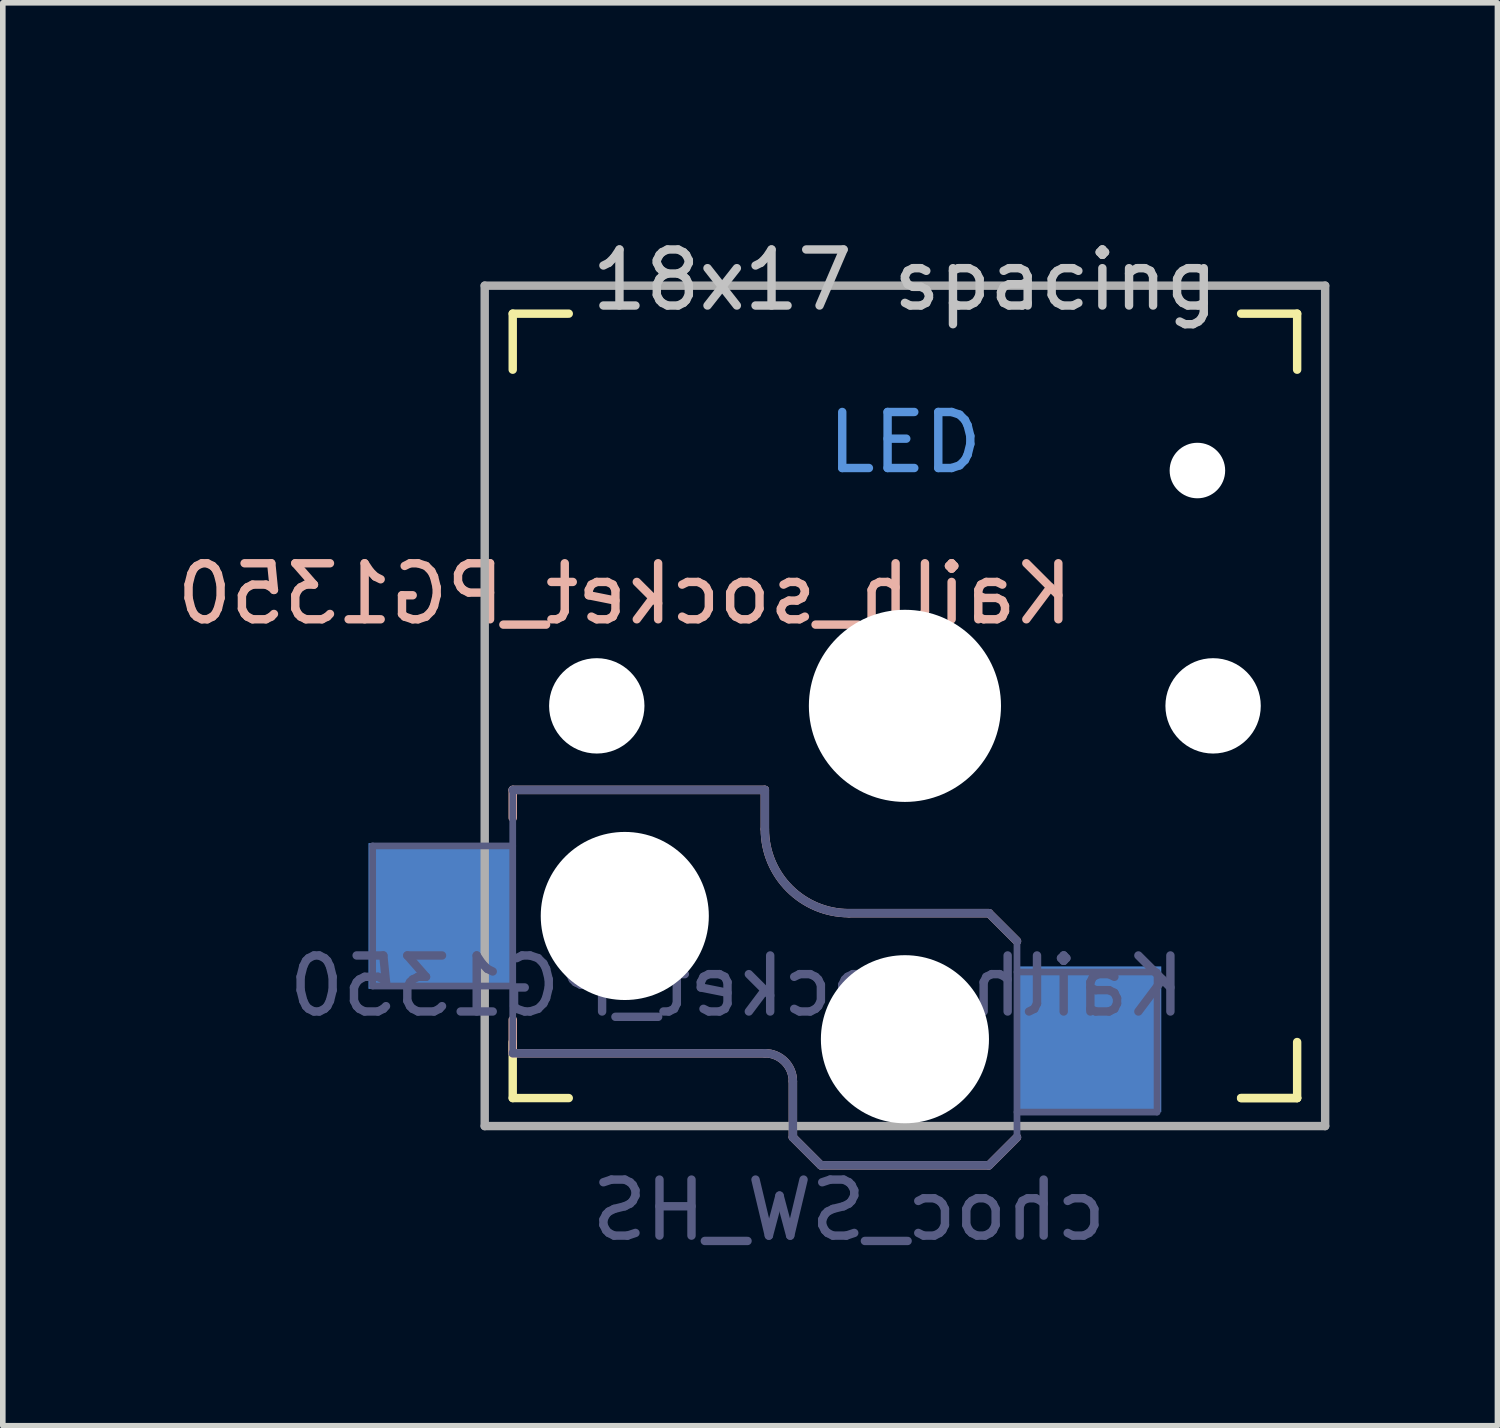
<source format=kicad_pcb>
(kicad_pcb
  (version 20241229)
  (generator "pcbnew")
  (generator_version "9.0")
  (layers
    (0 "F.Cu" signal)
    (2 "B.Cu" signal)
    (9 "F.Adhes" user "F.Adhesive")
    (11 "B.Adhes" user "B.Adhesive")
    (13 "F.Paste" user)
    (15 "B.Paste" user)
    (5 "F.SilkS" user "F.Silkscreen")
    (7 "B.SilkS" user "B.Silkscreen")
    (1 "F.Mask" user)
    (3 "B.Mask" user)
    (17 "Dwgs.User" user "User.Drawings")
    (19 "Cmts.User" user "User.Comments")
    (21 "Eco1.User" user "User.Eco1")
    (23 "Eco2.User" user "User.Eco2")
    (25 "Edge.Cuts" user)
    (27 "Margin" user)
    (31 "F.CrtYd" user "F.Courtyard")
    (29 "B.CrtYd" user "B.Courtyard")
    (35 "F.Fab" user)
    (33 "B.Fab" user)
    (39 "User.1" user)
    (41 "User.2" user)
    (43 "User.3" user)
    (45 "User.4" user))
  (footprint "Kailh_socket_PG1350"
    (layer "F.Cu")
    (at 13.101 9.548)
    (property "Reference" "Kailh_socket_PG1350" (at -5 -2 0) (layer "B.SilkS") (effects (font (size 1 1) (thickness 0.15)) (justify mirror)))
    (property "Value" "choc_SW_HS" (at 0 8.255 0) (layer "F.Fab") (hide yes) (effects (font (size 1 1) (thickness 0.15))))
    (attr smd)
    (fp_line (start -7 -6) (end -7 -7) (stroke (width 0.15) (type solid)) (layer "F.SilkS"))
    (fp_line (start -7 7) (end -7 6) (stroke (width 0.15) (type solid)) (layer "F.SilkS"))
    (fp_line (start -7 7) (end -6 7) (stroke (width 0.15) (type solid)) (layer "F.SilkS"))
    (fp_line (start -6 -7) (end -7 -7) (stroke (width 0.15) (type solid)) (layer "F.SilkS"))
    (fp_line (start 6 7) (end 7 7) (stroke (width 0.15) (type solid)) (layer "F.SilkS"))
    (fp_line (start 7 -7) (end 6 -7) (stroke (width 0.15) (type solid)) (layer "F.SilkS"))
    (fp_line (start 7 -7) (end 7 -6) (stroke (width 0.15) (type solid)) (layer "F.SilkS"))
    (fp_line (start 7 6) (end 7 7) (stroke (width 0.15) (type solid)) (layer "F.SilkS"))
    (fp_line (start 7 7) (end 6 7) (stroke (width 0.15) (type solid)) (layer "F.SilkS"))
    (fp_line (start -7 1.5) (end -7 2) (stroke (width 0.15) (type solid)) (layer "B.SilkS"))
    (fp_line (start -7 5.6) (end -7 6.2) (stroke (width 0.15) (type solid)) (layer "B.SilkS"))
    (fp_line (start -7 6.2) (end -2.5 6.2) (stroke (width 0.15) (type solid)) (layer "B.SilkS"))
    (fp_line (start -2.5 1.5) (end -7 1.5) (stroke (width 0.15) (type solid)) (layer "B.SilkS"))
    (fp_line (start -2.5 2.2) (end -2.5 1.5) (stroke (width 0.15) (type solid)) (layer "B.SilkS"))
    (fp_line (start -2 6.7) (end -2 7.7) (stroke (width 0.15) (type solid)) (layer "B.SilkS"))
    (fp_line (start -1.5 8.2) (end -2 7.7) (stroke (width 0.15) (type solid)) (layer "B.SilkS"))
    (fp_line (start 1.5 3.7) (end -1 3.7) (stroke (width 0.15) (type solid)) (layer "B.SilkS"))
    (fp_line (start 1.5 8.2) (end -1.5 8.2) (stroke (width 0.15) (type solid)) (layer "B.SilkS"))
    (fp_line (start 2 4.2) (end 1.5 3.7) (stroke (width 0.15) (type solid)) (layer "B.SilkS"))
    (fp_line (start 2 7.7) (end 1.5 8.2) (stroke (width 0.15) (type solid)) (layer "B.SilkS"))
    (fp_arc (start -2.5 6.2) (mid -2.146447 6.346447) (end -2 6.7) (stroke (width 0.15) (type solid)) (layer "B.SilkS"))
    (fp_arc (start -1 3.7) (mid -2.06066 3.26066) (end -2.5 2.2) (stroke (width 0.15) (type solid)) (layer "B.SilkS"))
    (fp_line (start -6.9 6.9) (end -6.9 -6.9) (stroke (width 0.15) (type solid)) (layer "Eco2.User"))
    (fp_line (start -6.9 6.9) (end 6.9 6.9) (stroke (width 0.15) (type solid)) (layer "Eco2.User"))
    (fp_line (start -2.6 -3.1) (end -2.6 -6.3) (stroke (width 0.15) (type solid)) (layer "Eco2.User"))
    (fp_line (start -2.6 -3.1) (end 2.6 -3.1) (stroke (width 0.15) (type solid)) (layer "Eco2.User"))
    (fp_line (start 2.6 -6.3) (end -2.6 -6.3) (stroke (width 0.15) (type solid)) (layer "Eco2.User"))
    (fp_line (start 2.6 -3.1) (end 2.6 -6.3) (stroke (width 0.15) (type solid)) (layer "Eco2.User"))
    (fp_line (start 6.9 -6.9) (end -6.9 -6.9) (stroke (width 0.15) (type solid)) (layer "Eco2.User"))
    (fp_line (start 6.9 -6.9) (end 6.9 6.9) (stroke (width 0.15) (type solid)) (layer "Eco2.User"))
    (fp_line (start -9.5 2.5) (end -7 2.5) (stroke (width 0.12) (type solid)) (layer "B.Fab"))
    (fp_line (start -9.5 5) (end -9.5 2.5) (stroke (width 0.12) (type solid)) (layer "B.Fab"))
    (fp_line (start -7 1.5) (end -7 6.2) (stroke (width 0.12) (type solid)) (layer "B.Fab"))
    (fp_line (start -7 5) (end -9.5 5) (stroke (width 0.12) (type solid)) (layer "B.Fab"))
    (fp_line (start -7 6.2) (end -2.5 6.2) (stroke (width 0.15) (type solid)) (layer "B.Fab"))
    (fp_line (start -2.5 1.5) (end -7 1.5) (stroke (width 0.15) (type solid)) (layer "B.Fab"))
    (fp_line (start -2.5 2.2) (end -2.5 1.5) (stroke (width 0.15) (type solid)) (layer "B.Fab"))
    (fp_line (start -2 6.7) (end -2 7.7) (stroke (width 0.15) (type solid)) (layer "B.Fab"))
    (fp_line (start -1.5 8.2) (end -2 7.7) (stroke (width 0.15) (type solid)) (layer "B.Fab"))
    (fp_line (start 1.5 3.7) (end -1 3.7) (stroke (width 0.15) (type solid)) (layer "B.Fab"))
    (fp_line (start 1.5 8.2) (end -1.5 8.2) (stroke (width 0.15) (type solid)) (layer "B.Fab"))
    (fp_line (start 2 4.2) (end 1.5 3.7) (stroke (width 0.15) (type solid)) (layer "B.Fab"))
    (fp_line (start 2 4.25) (end 2 7.7) (stroke (width 0.12) (type solid)) (layer "B.Fab"))
    (fp_line (start 2 4.75) (end 4.5 4.75) (stroke (width 0.12) (type solid)) (layer "B.Fab"))
    (fp_line (start 2 7.7) (end 1.5 8.2) (stroke (width 0.15) (type solid)) (layer "B.Fab"))
    (fp_line (start 4.5 4.75) (end 4.5 7.25) (stroke (width 0.12) (type solid)) (layer "B.Fab"))
    (fp_line (start 4.5 7.25) (end 2 7.25) (stroke (width 0.12) (type solid)) (layer "B.Fab"))
    (fp_arc (start -2.5 6.2) (mid -2.146447 6.346447) (end -2 6.7) (stroke (width 0.15) (type solid)) (layer "B.Fab"))
    (fp_arc (start -1 3.7) (mid -2.06066 3.26066) (end -2.5 2.2) (stroke (width 0.15) (type solid)) (layer "B.Fab"))
    (fp_line (start -7.5 -7.5) (end 7.5 -7.5) (stroke (width 0.15) (type solid)) (layer "F.Fab"))
    (fp_line (start -7.5 7.5) (end -7.5 -7.5) (stroke (width 0.15) (type solid)) (layer "F.Fab"))
    (fp_line (start 7.5 -7.5) (end 7.5 7.5) (stroke (width 0.15) (type solid)) (layer "F.Fab"))
    (fp_line (start 7.5 7.5) (end -7.5 7.5) (stroke (width 0.15) (type solid)) (layer "F.Fab"))
    (fp_text user "18x17 spacing" (at 0 -7.6 0) (layer "Dwgs.User") (effects (font (size 1 1) (thickness 0.15))))
    (fp_text user "LED" (at 0 -4.7 0) (unlocked yes) (layer "Cmts.User") (effects (font (size 1 1) (thickness 0.15))))
    (fp_text user "19.05 spacing" (at 0 -8.7 0) (layer "Eco1.User") (effects (font (size 1 1) (thickness 0.15))))
    (fp_text user "${REFERENCE}" (at -3 5 0) (layer "B.Fab") (effects (font (size 1 1) (thickness 0.15)) (justify mirror)))
    (fp_text user "${VALUE}" (at -1 9 0) (layer "B.Fab") (effects (font (size 1 1) (thickness 0.15)) (justify mirror)))
    (pad "" np_thru_hole circle (at -5.5 0) (size 1.702 1.702) (drill 1.702) (layers "*.Cu" "*.Mask"))
    (pad "" np_thru_hole circle (at -5 3.75) (size 3 3) (drill 3) (layers "*.Cu" "*.Mask"))
    (pad "" np_thru_hole circle (at 0 0) (size 3.429 3.429) (drill 3.429) (layers "*.Cu" "*.Mask"))
    (pad "" np_thru_hole circle (at 0 5.95) (size 3 3) (drill 3) (layers "*.Cu" "*.Mask"))
    (pad "" np_thru_hole circle (at 5.22 -4.2) (size 0.991 0.991) (drill 0.991) (layers "*.Cu" "*.Mask"))
    (pad "" np_thru_hole circle (at 5.5 0) (size 1.702 1.702) (drill 1.702) (layers "*.Cu" "*.Mask"))
    (pad "1" smd rect (at 3.275 5.95) (size 2.6 2.6) (layers "B.Cu" "B.Mask" "B.Paste"))
    (pad "2" smd rect (at -8.275 3.75) (size 2.6 2.6) (layers "B.Cu" "B.Mask" "B.Paste")))
  (gr_rect
    (start -3 -3)
    (end 23.676 22.396)
    (stroke (width 0.1) (type default))
    (fill no)
    (layer "Edge.Cuts")))
</source>
